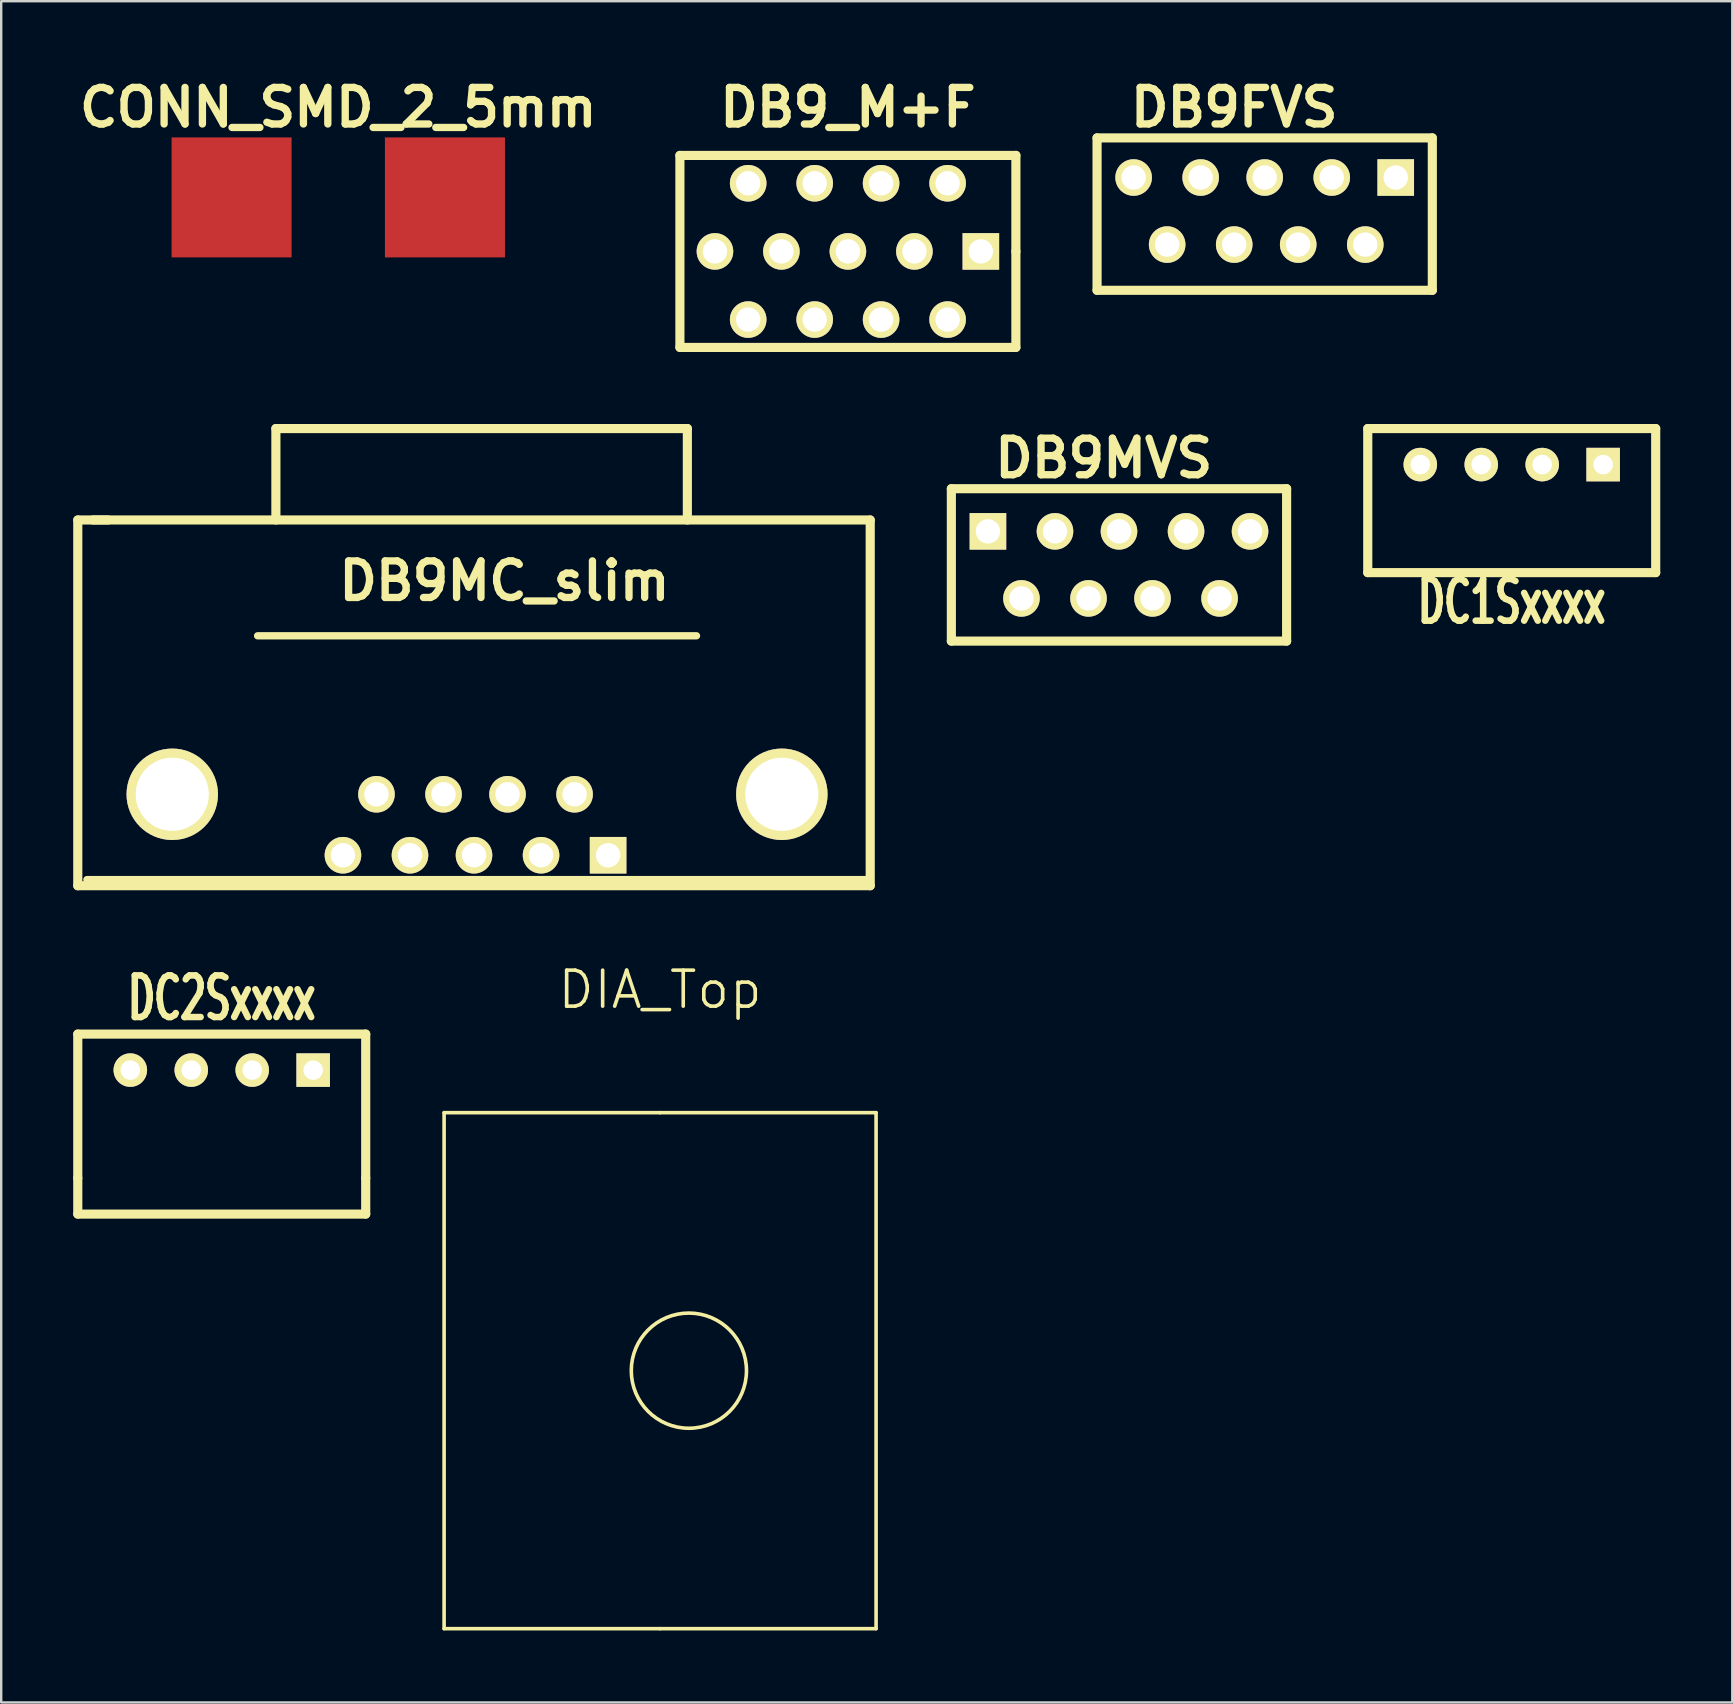
<source format=kicad_pcb>
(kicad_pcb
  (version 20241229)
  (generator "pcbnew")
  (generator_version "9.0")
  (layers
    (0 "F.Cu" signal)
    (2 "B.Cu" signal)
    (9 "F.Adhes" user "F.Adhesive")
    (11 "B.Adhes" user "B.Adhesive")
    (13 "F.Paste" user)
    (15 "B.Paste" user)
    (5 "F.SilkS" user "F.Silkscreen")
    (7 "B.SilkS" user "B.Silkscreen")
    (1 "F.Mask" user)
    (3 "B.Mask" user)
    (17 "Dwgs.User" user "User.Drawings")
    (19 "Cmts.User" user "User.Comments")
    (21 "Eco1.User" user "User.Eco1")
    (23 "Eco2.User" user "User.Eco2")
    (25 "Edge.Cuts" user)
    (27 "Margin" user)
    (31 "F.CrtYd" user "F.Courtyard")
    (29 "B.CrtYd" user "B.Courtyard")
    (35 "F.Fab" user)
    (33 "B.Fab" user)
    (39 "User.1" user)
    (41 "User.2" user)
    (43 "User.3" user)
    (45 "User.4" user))
  (footprint "DB9FVS"
    (layer "F.Cu")
    (at 49.648 5.871)
    (property "Reference" "DB9FVS" (at -1.27 -4.445 0) (layer "F.SilkS") (effects (font (size 1.524 1.524) (thickness 0.305))))
    (attr through_hole)
    (fp_line (start -6.985 -3.175) (end -6.985 3.175) (stroke (width 0.381) (type solid)) (layer "F.SilkS"))
    (fp_line (start -6.985 3.175) (end 6.985 3.175) (stroke (width 0.381) (type solid)) (layer "F.SilkS"))
    (fp_line (start 6.985 -3.175) (end -6.985 -3.175) (stroke (width 0.381) (type solid)) (layer "F.SilkS"))
    (fp_line (start 6.985 3.175) (end 6.985 -3.175) (stroke (width 0.381) (type solid)) (layer "F.SilkS"))
    (pad "1" thru_hole rect (at 5.461 -1.524) (size 1.524 1.524) (drill 1.016) (layers "*.Cu" "*.Mask" "F.SilkS"))
    (pad "2" thru_hole circle (at 2.794 -1.524) (size 1.524 1.524) (drill 1.016) (layers "*.Cu" "*.Mask" "F.SilkS"))
    (pad "3" thru_hole circle (at 0 -1.524) (size 1.524 1.524) (drill 1.016) (layers "*.Cu" "*.Mask" "F.SilkS"))
    (pad "4" thru_hole circle (at -2.667 -1.524) (size 1.524 1.524) (drill 1.016) (layers "*.Cu" "*.Mask" "F.SilkS"))
    (pad "5" thru_hole circle (at -5.461 -1.524) (size 1.524 1.524) (drill 1.016) (layers "*.Cu" "*.Mask" "F.SilkS"))
    (pad "6" thru_hole circle (at 4.191 1.27) (size 1.524 1.524) (drill 1.016) (layers "*.Cu" "*.Mask" "F.SilkS"))
    (pad "7" thru_hole circle (at 1.397 1.27) (size 1.524 1.524) (drill 1.016) (layers "*.Cu" "*.Mask" "F.SilkS"))
    (pad "8" thru_hole circle (at -1.27 1.27) (size 1.524 1.524) (drill 1.016) (layers "*.Cu" "*.Mask" "F.SilkS"))
    (pad "9" thru_hole circle (at -4.064 1.27) (size 1.524 1.524) (drill 1.016) (layers "*.Cu" "*.Mask" "F.SilkS")))
  (footprint "DB9MC_slim"
    (layer "F.Cu")
    (at 16.701 31.317)
    (property "Reference" "DB9MC_slim" (at 1.27 -10.16 0) (layer "F.SilkS") (effects (font (size 1.524 1.524) (thickness 0.305))))
    (attr through_hole)
    (fp_line (start -16.51 -12.7) (end -15.24 -12.7) (stroke (width 0.381) (type solid)) (layer "F.SilkS"))
    (fp_line (start -16.51 2.54) (end -16.51 -12.7) (stroke (width 0.381) (type solid)) (layer "F.SilkS"))
    (fp_line (start -16.129 2.286) (end 16.383 2.286) (stroke (width 0.305) (type solid)) (layer "F.SilkS"))
    (fp_line (start -15.875 -12.7) (end 16.51 -12.7) (stroke (width 0.381) (type solid)) (layer "F.SilkS"))
    (fp_line (start -9.017 -7.874) (end 9.271 -7.874) (stroke (width 0.305) (type solid)) (layer "F.SilkS"))
    (fp_line (start -8.255 -16.51) (end 8.89 -16.51) (stroke (width 0.381) (type solid)) (layer "F.SilkS"))
    (fp_line (start -8.255 -12.7) (end -8.255 -16.51) (stroke (width 0.381) (type solid)) (layer "F.SilkS"))
    (fp_line (start 8.89 -16.51) (end 8.89 -12.7) (stroke (width 0.381) (type solid)) (layer "F.SilkS"))
    (fp_line (start 16.51 -12.7) (end 16.51 2.54) (stroke (width 0.381) (type solid)) (layer "F.SilkS"))
    (fp_line (start 16.51 2.54) (end -16.51 2.54) (stroke (width 0.381) (type solid)) (layer "F.SilkS"))
    (pad "" thru_hole circle (at -12.573 -1.27) (size 3.81 3.81) (drill 3.048) (layers "*.Cu" "*.Mask" "F.SilkS"))
    (pad "" thru_hole circle (at 12.827 -1.27) (size 3.81 3.81) (drill 3.048) (layers "*.Cu" "*.Mask" "F.SilkS"))
    (pad "1" thru_hole rect (at 5.588 1.27) (size 1.524 1.524) (drill 1.016) (layers "*.Cu" "*.Mask" "F.SilkS"))
    (pad "2" thru_hole circle (at 2.794 1.27) (size 1.524 1.524) (drill 1.016) (layers "*.Cu" "*.Mask" "F.SilkS"))
    (pad "3" thru_hole circle (at 0 1.27) (size 1.524 1.524) (drill 1.016) (layers "*.Cu" "*.Mask" "F.SilkS"))
    (pad "4" thru_hole circle (at -2.667 1.27) (size 1.524 1.524) (drill 1.016) (layers "*.Cu" "*.Mask" "F.SilkS"))
    (pad "5" thru_hole circle (at -5.461 1.27) (size 1.524 1.524) (drill 1.016) (layers "*.Cu" "*.Mask" "F.SilkS"))
    (pad "6" thru_hole circle (at 4.191 -1.27) (size 1.524 1.524) (drill 1.016) (layers "*.Cu" "*.Mask" "F.SilkS"))
    (pad "7" thru_hole circle (at 1.397 -1.27) (size 1.524 1.524) (drill 1.016) (layers "*.Cu" "*.Mask" "F.SilkS"))
    (pad "8" thru_hole circle (at -1.27 -1.27) (size 1.524 1.524) (drill 1.016) (layers "*.Cu" "*.Mask" "F.SilkS"))
    (pad "9" thru_hole circle (at -4.064 -1.27) (size 1.524 1.524) (drill 1.016) (layers "*.Cu" "*.Mask" "F.SilkS")))
  (footprint "DB9_M+F"
    (layer "F.Cu")
    (at 32.281 7.426)
    (property "Reference" "DB9_M+F" (at 0 -5.999 0) (layer "F.SilkS") (effects (font (size 1.524 1.524) (thickness 0.305))))
    (attr through_hole)
    (fp_line (start -7 -4) (end -7 4) (stroke (width 0.381) (type solid)) (layer "F.SilkS"))
    (fp_line (start -7 4) (end 7 4) (stroke (width 0.381) (type solid)) (layer "F.SilkS"))
    (fp_line (start 7 -4) (end -7 -4) (stroke (width 0.381) (type solid)) (layer "F.SilkS"))
    (fp_line (start 7 0) (end 7 -4) (stroke (width 0.381) (type solid)) (layer "F.SilkS"))
    (fp_line (start 7 4) (end 7 0) (stroke (width 0.381) (type solid)) (layer "F.SilkS"))
    (pad "1" thru_hole rect (at 5.54 0) (size 1.524 1.524) (drill 1.016) (layers "*.Cu" "*.Mask" "F.SilkS"))
    (pad "2" thru_hole circle (at 2.771 0) (size 1.524 1.524) (drill 1.016) (layers "*.Cu" "*.Mask" "F.SilkS"))
    (pad "3" thru_hole circle (at 0 0) (size 1.524 1.524) (drill 1.016) (layers "*.Cu" "*.Mask" "F.SilkS"))
    (pad "4" thru_hole circle (at -2.771 0) (size 1.524 1.524) (drill 1.016) (layers "*.Cu" "*.Mask" "F.SilkS"))
    (pad "5" thru_hole circle (at -5.54 0) (size 1.524 1.524) (drill 1.016) (layers "*.Cu" "*.Mask" "F.SilkS"))
    (pad "6" thru_hole circle (at 4.155 -2.84) (size 1.524 1.524) (drill 1.016) (layers "*.Cu" "*.Mask" "F.SilkS"))
    (pad "6" thru_hole circle (at 4.155 2.84) (size 1.524 1.524) (drill 1.016) (layers "*.Cu" "*.Mask" "F.SilkS"))
    (pad "7" thru_hole circle (at 1.384 -2.84) (size 1.524 1.524) (drill 1.016) (layers "*.Cu" "*.Mask" "F.SilkS"))
    (pad "7" thru_hole circle (at 1.384 2.84) (size 1.524 1.524) (drill 1.016) (layers "*.Cu" "*.Mask" "F.SilkS"))
    (pad "8" thru_hole circle (at -1.384 -2.84) (size 1.524 1.524) (drill 1.016) (layers "*.Cu" "*.Mask" "F.SilkS"))
    (pad "8" thru_hole circle (at -1.384 2.84) (size 1.524 1.524) (drill 1.016) (layers "*.Cu" "*.Mask" "F.SilkS"))
    (pad "9" thru_hole circle (at -4.155 -2.84) (size 1.524 1.524) (drill 1.016) (layers "*.Cu" "*.Mask" "F.SilkS"))
    (pad "9" thru_hole circle (at -4.155 2.84) (size 1.524 1.524) (drill 1.016) (layers "*.Cu" "*.Mask" "F.SilkS")))
  (footprint "CONN_SMD_2_5mm"
    (layer "F.Cu")
    (at 11.045 5.176)
    (property "Reference" "CONN_SMD_2_5mm" (at 0 -3.749 0) (layer "F.SilkS") (effects (font (size 1.524 1.524) (thickness 0.305))))
    (attr through_hole)
    (pad "1" smd rect (at -4.445 0) (size 5.001 5.001) (layers "F.Cu" "F.Mask" "F.Paste"))
    (pad "2" smd rect (at 4.445 0) (size 5.001 5.001) (layers "F.Cu" "F.Mask" "F.Paste")))
  (footprint "DC2Sxxxx"
    (layer "F.Cu")
    (at 6.19 41.54)
    (property "Reference" "DC2Sxxxx" (at 0 -3 0) (layer "F.SilkS") (effects (font (size 1.735 1.087) (thickness 0.305))))
    (attr through_hole)
    (fp_line (start -5.999 -1.501) (end 5.999 -1.501) (stroke (width 0.381) (type solid)) (layer "F.SilkS"))
    (fp_line (start -5.999 4.501) (end -5.999 -1.501) (stroke (width 0.381) (type solid)) (layer "F.SilkS"))
    (fp_line (start -5.999 5.999) (end -5.999 4.501) (stroke (width 0.381) (type solid)) (layer "F.SilkS"))
    (fp_line (start 5.999 -1.501) (end 5.999 4.501) (stroke (width 0.381) (type solid)) (layer "F.SilkS"))
    (fp_line (start 5.999 4.501) (end 5.999 5.999) (stroke (width 0.381) (type solid)) (layer "F.SilkS"))
    (fp_line (start 5.999 5.999) (end -5.999 5.999) (stroke (width 0.381) (type solid)) (layer "F.SilkS"))
    (pad "1" thru_hole rect (at 3.81 0) (size 1.397 1.397) (drill 0.813) (layers "*.Cu" "*.Mask" "F.SilkS"))
    (pad "2" thru_hole circle (at 1.27 0) (size 1.397 1.397) (drill 0.813) (layers "*.Cu" "*.Mask" "F.SilkS"))
    (pad "3" thru_hole circle (at -1.27 0) (size 1.397 1.397) (drill 0.813) (layers "*.Cu" "*.Mask" "F.SilkS"))
    (pad "4" thru_hole circle (at -3.81 0) (size 1.397 1.397) (drill 0.813) (layers "*.Cu" "*.Mask" "F.SilkS")))
  (footprint "DIA_Top"
    (layer "F.Cu")
    (at 24.455 54.064)
    (property "Reference" "DIA_Top" (at 0 -15.875 0) (layer "F.SilkS") (effects (font (size 1.5 1.5) (thickness 0.15))))
    (attr through_hole)
    (fp_line (start -9 -10.75) (end -9 10.75) (stroke (width 0.15) (type solid)) (layer "F.SilkS"))
    (fp_line (start -9 10.75) (end 0 10.75) (stroke (width 0.15) (type solid)) (layer "F.SilkS"))
    (fp_line (start 0 -10.75) (end -9 -10.75) (stroke (width 0.15) (type solid)) (layer "F.SilkS"))
    (fp_line (start 0 10.75) (end 9 10.75) (stroke (width 0.15) (type solid)) (layer "F.SilkS"))
    (fp_line (start 9 -10.75) (end 0 -10.75) (stroke (width 0.15) (type solid)) (layer "F.SilkS"))
    (fp_line (start 9 10.75) (end 9 -10.75) (stroke (width 0.15) (type solid)) (layer "F.SilkS"))
    (fp_circle (center 1.2 0) (end 1.2 2.4) (stroke (width 0.15) (type solid)) (fill no) (layer "F.SilkS")))
  (footprint "DB9MVS"
    (layer "F.Cu")
    (at 43.577 20.488)
    (property "Reference" "DB9MVS" (at -0.635 -4.445 0) (layer "F.SilkS") (effects (font (size 1.524 1.524) (thickness 0.305))))
    (attr through_hole)
    (fp_line (start -6.985 -3.175) (end -6.985 3.175) (stroke (width 0.381) (type solid)) (layer "F.SilkS"))
    (fp_line (start -6.985 3.175) (end 6.985 3.175) (stroke (width 0.381) (type solid)) (layer "F.SilkS"))
    (fp_line (start 6.985 -3.175) (end -6.985 -3.175) (stroke (width 0.381) (type solid)) (layer "F.SilkS"))
    (fp_line (start 6.985 3.175) (end 6.985 -3.175) (stroke (width 0.381) (type solid)) (layer "F.SilkS"))
    (pad "1" thru_hole rect (at -5.461 -1.397) (size 1.524 1.524) (drill 1.016) (layers "*.Cu" "*.Mask" "F.SilkS"))
    (pad "2" thru_hole circle (at -2.667 -1.397) (size 1.524 1.524) (drill 1.016) (layers "*.Cu" "*.Mask" "F.SilkS"))
    (pad "3" thru_hole circle (at 0 -1.397) (size 1.524 1.524) (drill 1.016) (layers "*.Cu" "*.Mask" "F.SilkS"))
    (pad "4" thru_hole circle (at 2.794 -1.397) (size 1.524 1.524) (drill 1.016) (layers "*.Cu" "*.Mask" "F.SilkS"))
    (pad "5" thru_hole circle (at 5.461 -1.397) (size 1.524 1.524) (drill 1.016) (layers "*.Cu" "*.Mask" "F.SilkS"))
    (pad "6" thru_hole circle (at -4.064 1.397) (size 1.524 1.524) (drill 1.016) (layers "*.Cu" "*.Mask" "F.SilkS"))
    (pad "7" thru_hole circle (at -1.27 1.397) (size 1.524 1.524) (drill 1.016) (layers "*.Cu" "*.Mask" "F.SilkS"))
    (pad "8" thru_hole circle (at 1.397 1.397) (size 1.524 1.524) (drill 1.016) (layers "*.Cu" "*.Mask" "F.SilkS"))
    (pad "9" thru_hole circle (at 4.191 1.397) (size 1.524 1.524) (drill 1.016) (layers "*.Cu" "*.Mask" "F.SilkS")))
  (footprint "DC1Sxxxx"
    (layer "F.Cu")
    (at 59.942 16.309)
    (property "Reference" "DC1Sxxxx" (at 0 5.715 0) (layer "F.SilkS") (effects (font (size 1.735 1.087) (thickness 0.305))))
    (attr through_hole)
    (fp_line (start -5.999 -1.501) (end 5.999 -1.501) (stroke (width 0.381) (type solid)) (layer "F.SilkS"))
    (fp_line (start -5.999 4.501) (end -5.999 -1.501) (stroke (width 0.381) (type solid)) (layer "F.SilkS"))
    (fp_line (start 5.999 -1.501) (end 5.999 4.501) (stroke (width 0.381) (type solid)) (layer "F.SilkS"))
    (fp_line (start 5.999 4.501) (end -5.999 4.501) (stroke (width 0.381) (type solid)) (layer "F.SilkS"))
    (pad "1" thru_hole rect (at 3.81 0) (size 1.397 1.397) (drill 0.813) (layers "*.Cu" "*.Mask" "F.SilkS"))
    (pad "2" thru_hole circle (at 1.27 0) (size 1.397 1.397) (drill 0.813) (layers "*.Cu" "*.Mask" "F.SilkS"))
    (pad "3" thru_hole circle (at -1.27 0) (size 1.397 1.397) (drill 0.813) (layers "*.Cu" "*.Mask" "F.SilkS"))
    (pad "4" thru_hole circle (at -3.81 0) (size 1.397 1.397) (drill 0.813) (layers "*.Cu" "*.Mask" "F.SilkS")))
  (gr_rect
    (start -3 -3)
    (end 69.132 67.889)
    (stroke (width 0.1) (type default))
    (fill no)
    (layer "Edge.Cuts")))
</source>
